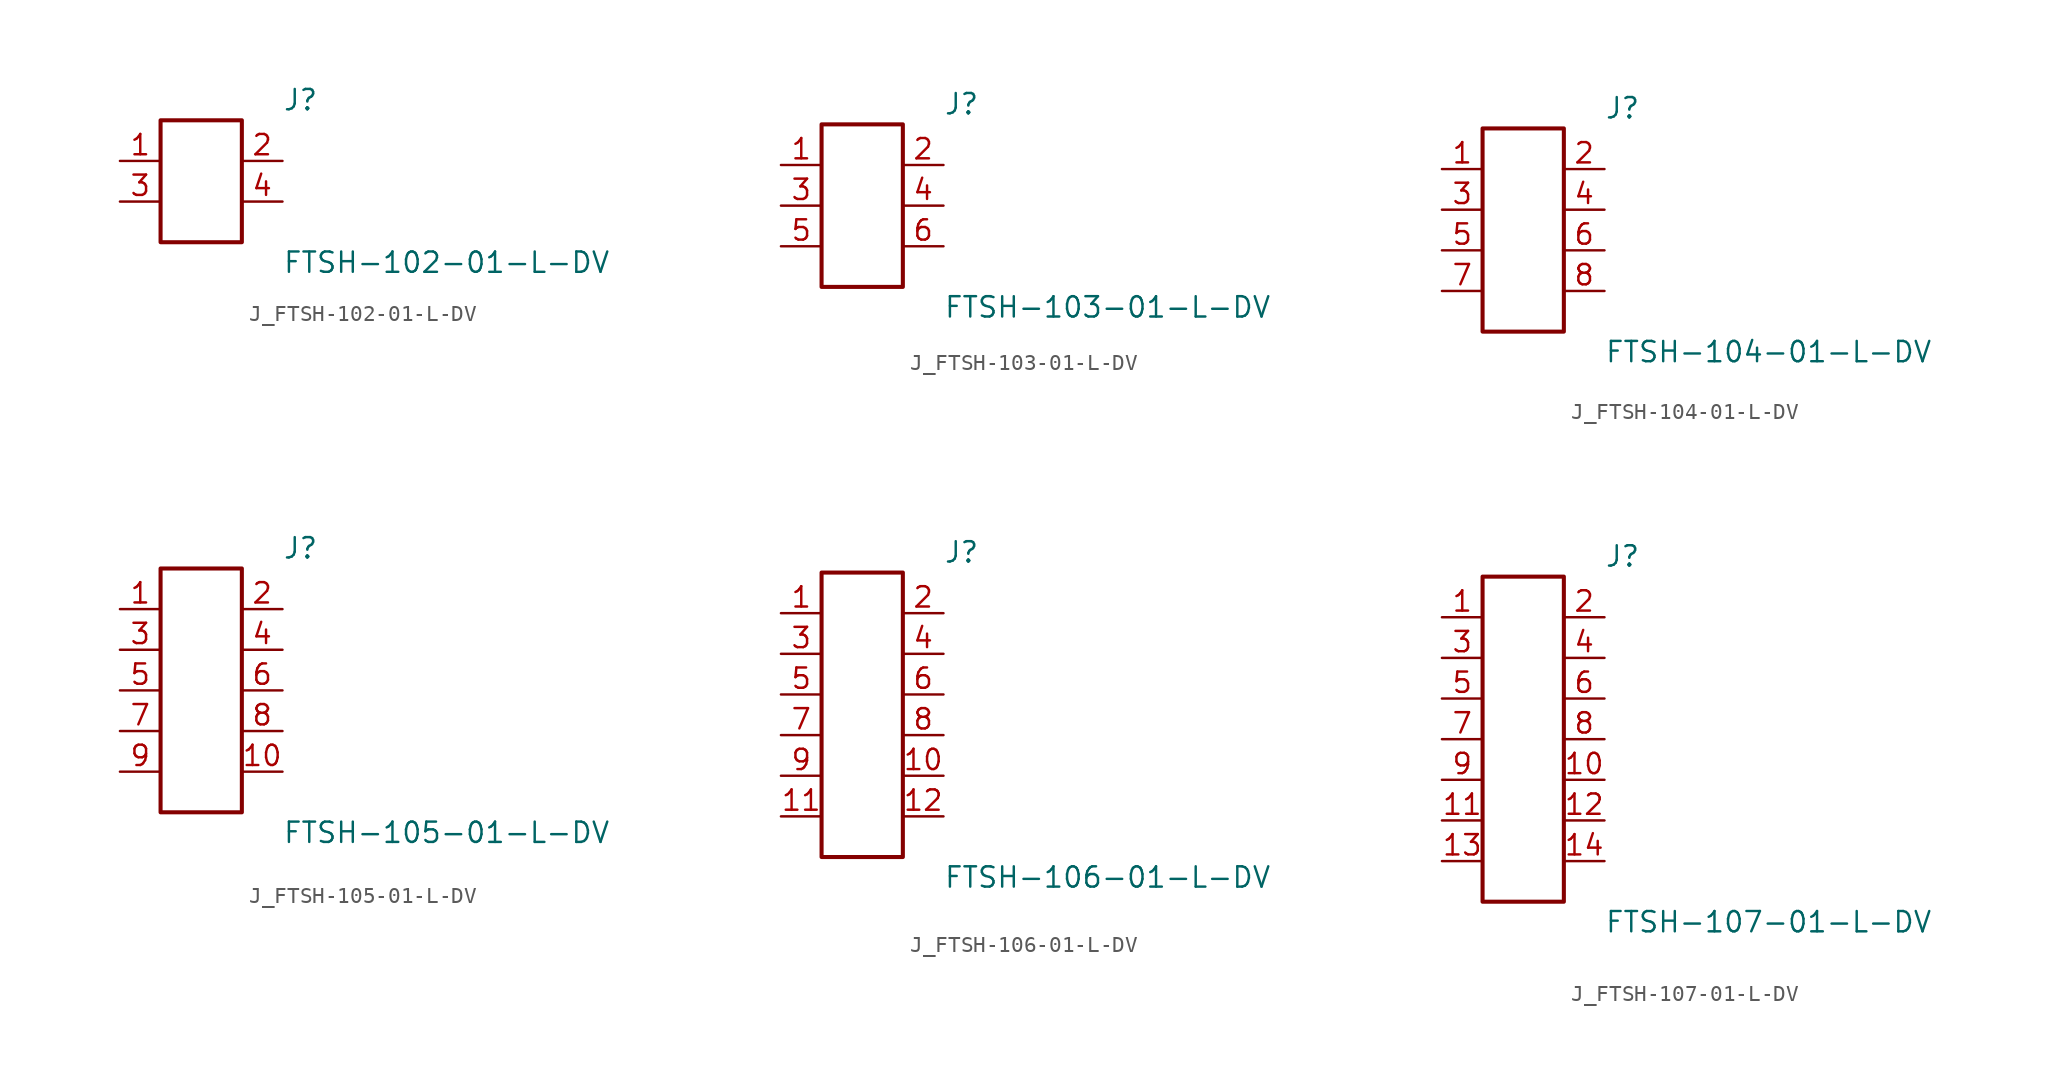
<source format=kicad_sym>
(kicad_symbol_lib
  (version 20231120)
  (generator kicad_symbol_editor)
  (generator_version 8.0)
  (symbol "J_FTSH-102-01-L-DV"
    (pin_names
      (offset 0.254))
    (property "Reference" "J"
      (at 5.08 5.08 0)
      (effects (font (size 1.27 1.27)) (justify left)))
    (property "Value" "FTSH-102-01-L-DV"
      (at 5.08 -5.08 0)
      (effects (font (size 1.27 1.27)) (justify left)))
    (symbol "J_FTSH-102-01-L-DV_0_0"
      (pin passive line (at -5.08 1.27 0) (length 2.54) (name "" (effects (font (size 1.27 1.27)))) (number "1" (effects (font (size 1.27 1.27)))))
      (pin passive line (at 5.08 1.27 180) (length 2.54) (name "" (effects (font (size 1.27 1.27)))) (number "2" (effects (font (size 1.27 1.27)))))
      (pin passive line (at -5.08 -1.27 0) (length 2.54) (name "" (effects (font (size 1.27 1.27)))) (number "3" (effects (font (size 1.27 1.27)))))
      (pin passive line (at 5.08 -1.27 180) (length 2.54) (name "" (effects (font (size 1.27 1.27)))) (number "4" (effects (font (size 1.27 1.27))))))
    (symbol "J_FTSH-102-01-L-DV_1_0"
      (rectangle (start -2.54 3.81) (end 2.54 -3.81) (stroke (width 0.254) (type solid)) (fill (type none)))))
  (symbol "J_FTSH-103-01-L-DV"
    (pin_names
      (offset 0.254))
    (property "Reference" "J"
      (at 5.08 6.35 0)
      (effects (font (size 1.27 1.27)) (justify left)))
    (property "Value" "FTSH-103-01-L-DV"
      (at 5.08 -6.35 0)
      (effects (font (size 1.27 1.27)) (justify left)))
    (symbol "J_FTSH-103-01-L-DV_0_0"
      (pin passive line (at -5.08 2.54 0) (length 2.54) (name "" (effects (font (size 1.27 1.27)))) (number "1" (effects (font (size 1.27 1.27)))))
      (pin passive line (at 5.08 2.54 180) (length 2.54) (name "" (effects (font (size 1.27 1.27)))) (number "2" (effects (font (size 1.27 1.27)))))
      (pin passive line (at -5.08 0.0 0) (length 2.54) (name "" (effects (font (size 1.27 1.27)))) (number "3" (effects (font (size 1.27 1.27)))))
      (pin passive line (at 5.08 0.0 180) (length 2.54) (name "" (effects (font (size 1.27 1.27)))) (number "4" (effects (font (size 1.27 1.27)))))
      (pin passive line (at -5.08 -2.54 0) (length 2.54) (name "" (effects (font (size 1.27 1.27)))) (number "5" (effects (font (size 1.27 1.27)))))
      (pin passive line (at 5.08 -2.54 180) (length 2.54) (name "" (effects (font (size 1.27 1.27)))) (number "6" (effects (font (size 1.27 1.27))))))
    (symbol "J_FTSH-103-01-L-DV_1_0"
      (rectangle (start -2.54 5.08) (end 2.54 -5.08) (stroke (width 0.254) (type solid)) (fill (type none)))))
  (symbol "J_FTSH-104-01-L-DV"
    (pin_names
      (offset 0.254))
    (property "Reference" "J"
      (at 5.08 7.62 0)
      (effects (font (size 1.27 1.27)) (justify left)))
    (property "Value" "FTSH-104-01-L-DV"
      (at 5.08 -7.62 0)
      (effects (font (size 1.27 1.27)) (justify left)))
    (symbol "J_FTSH-104-01-L-DV_0_0"
      (pin passive line (at -5.08 3.81 0) (length 2.54) (name "" (effects (font (size 1.27 1.27)))) (number "1" (effects (font (size 1.27 1.27)))))
      (pin passive line (at 5.08 3.81 180) (length 2.54) (name "" (effects (font (size 1.27 1.27)))) (number "2" (effects (font (size 1.27 1.27)))))
      (pin passive line (at -5.08 1.27 0) (length 2.54) (name "" (effects (font (size 1.27 1.27)))) (number "3" (effects (font (size 1.27 1.27)))))
      (pin passive line (at 5.08 1.27 180) (length 2.54) (name "" (effects (font (size 1.27 1.27)))) (number "4" (effects (font (size 1.27 1.27)))))
      (pin passive line (at -5.08 -1.27 0) (length 2.54) (name "" (effects (font (size 1.27 1.27)))) (number "5" (effects (font (size 1.27 1.27)))))
      (pin passive line (at 5.08 -1.27 180) (length 2.54) (name "" (effects (font (size 1.27 1.27)))) (number "6" (effects (font (size 1.27 1.27)))))
      (pin passive line (at -5.08 -3.81 0) (length 2.54) (name "" (effects (font (size 1.27 1.27)))) (number "7" (effects (font (size 1.27 1.27)))))
      (pin passive line (at 5.08 -3.81 180) (length 2.54) (name "" (effects (font (size 1.27 1.27)))) (number "8" (effects (font (size 1.27 1.27))))))
    (symbol "J_FTSH-104-01-L-DV_1_0"
      (rectangle (start -2.54 6.35) (end 2.54 -6.35) (stroke (width 0.254) (type solid)) (fill (type none)))))
  (symbol "J_FTSH-105-01-L-DV"
    (pin_names
      (offset 0.254))
    (property "Reference" "J"
      (at 5.08 8.89 0)
      (effects (font (size 1.27 1.27)) (justify left)))
    (property "Value" "FTSH-105-01-L-DV"
      (at 5.08 -8.89 0)
      (effects (font (size 1.27 1.27)) (justify left)))
    (symbol "J_FTSH-105-01-L-DV_0_0"
      (pin passive line (at -5.08 5.08 0) (length 2.54) (name "" (effects (font (size 1.27 1.27)))) (number "1" (effects (font (size 1.27 1.27)))))
      (pin passive line (at 5.08 5.08 180) (length 2.54) (name "" (effects (font (size 1.27 1.27)))) (number "2" (effects (font (size 1.27 1.27)))))
      (pin passive line (at -5.08 2.54 0) (length 2.54) (name "" (effects (font (size 1.27 1.27)))) (number "3" (effects (font (size 1.27 1.27)))))
      (pin passive line (at 5.08 2.54 180) (length 2.54) (name "" (effects (font (size 1.27 1.27)))) (number "4" (effects (font (size 1.27 1.27)))))
      (pin passive line (at -5.08 0.0 0) (length 2.54) (name "" (effects (font (size 1.27 1.27)))) (number "5" (effects (font (size 1.27 1.27)))))
      (pin passive line (at 5.08 0.0 180) (length 2.54) (name "" (effects (font (size 1.27 1.27)))) (number "6" (effects (font (size 1.27 1.27)))))
      (pin passive line (at -5.08 -2.54 0) (length 2.54) (name "" (effects (font (size 1.27 1.27)))) (number "7" (effects (font (size 1.27 1.27)))))
      (pin passive line (at 5.08 -2.54 180) (length 2.54) (name "" (effects (font (size 1.27 1.27)))) (number "8" (effects (font (size 1.27 1.27)))))
      (pin passive line (at -5.08 -5.08 0) (length 2.54) (name "" (effects (font (size 1.27 1.27)))) (number "9" (effects (font (size 1.27 1.27)))))
      (pin passive line (at 5.08 -5.08 180) (length 2.54) (name "" (effects (font (size 1.27 1.27)))) (number "10" (effects (font (size 1.27 1.27))))))
    (symbol "J_FTSH-105-01-L-DV_1_0"
      (rectangle (start -2.54 7.62) (end 2.54 -7.62) (stroke (width 0.254) (type solid)) (fill (type none)))))
  (symbol "J_FTSH-106-01-L-DV"
    (pin_names
      (offset 0.254))
    (property "Reference" "J"
      (at 5.08 10.16 0)
      (effects (font (size 1.27 1.27)) (justify left)))
    (property "Value" "FTSH-106-01-L-DV"
      (at 5.08 -10.16 0)
      (effects (font (size 1.27 1.27)) (justify left)))
    (symbol "J_FTSH-106-01-L-DV_0_0"
      (pin passive line (at -5.08 6.35 0) (length 2.54) (name "" (effects (font (size 1.27 1.27)))) (number "1" (effects (font (size 1.27 1.27)))))
      (pin passive line (at 5.08 6.35 180) (length 2.54) (name "" (effects (font (size 1.27 1.27)))) (number "2" (effects (font (size 1.27 1.27)))))
      (pin passive line (at -5.08 3.81 0) (length 2.54) (name "" (effects (font (size 1.27 1.27)))) (number "3" (effects (font (size 1.27 1.27)))))
      (pin passive line (at 5.08 3.81 180) (length 2.54) (name "" (effects (font (size 1.27 1.27)))) (number "4" (effects (font (size 1.27 1.27)))))
      (pin passive line (at -5.08 1.27 0) (length 2.54) (name "" (effects (font (size 1.27 1.27)))) (number "5" (effects (font (size 1.27 1.27)))))
      (pin passive line (at 5.08 1.27 180) (length 2.54) (name "" (effects (font (size 1.27 1.27)))) (number "6" (effects (font (size 1.27 1.27)))))
      (pin passive line (at -5.08 -1.27 0) (length 2.54) (name "" (effects (font (size 1.27 1.27)))) (number "7" (effects (font (size 1.27 1.27)))))
      (pin passive line (at 5.08 -1.27 180) (length 2.54) (name "" (effects (font (size 1.27 1.27)))) (number "8" (effects (font (size 1.27 1.27)))))
      (pin passive line (at -5.08 -3.81 0) (length 2.54) (name "" (effects (font (size 1.27 1.27)))) (number "9" (effects (font (size 1.27 1.27)))))
      (pin passive line (at 5.08 -3.81 180) (length 2.54) (name "" (effects (font (size 1.27 1.27)))) (number "10" (effects (font (size 1.27 1.27)))))
      (pin passive line (at -5.08 -6.35 0) (length 2.54) (name "" (effects (font (size 1.27 1.27)))) (number "11" (effects (font (size 1.27 1.27)))))
      (pin passive line (at 5.08 -6.35 180) (length 2.54) (name "" (effects (font (size 1.27 1.27)))) (number "12" (effects (font (size 1.27 1.27))))))
    (symbol "J_FTSH-106-01-L-DV_1_0"
      (rectangle (start -2.54 8.89) (end 2.54 -8.89) (stroke (width 0.254) (type solid)) (fill (type none)))))
  (symbol "J_FTSH-107-01-L-DV"
    (pin_names
      (offset 0.254))
    (property "Reference" "J"
      (at 5.08 11.43 0)
      (effects (font (size 1.27 1.27)) (justify left)))
    (property "Value" "FTSH-107-01-L-DV"
      (at 5.08 -11.43 0)
      (effects (font (size 1.27 1.27)) (justify left)))
    (symbol "J_FTSH-107-01-L-DV_0_0"
      (pin passive line (at -5.08 7.62 0) (length 2.54) (name "" (effects (font (size 1.27 1.27)))) (number "1" (effects (font (size 1.27 1.27)))))
      (pin passive line (at 5.08 7.62 180) (length 2.54) (name "" (effects (font (size 1.27 1.27)))) (number "2" (effects (font (size 1.27 1.27)))))
      (pin passive line (at -5.08 5.08 0) (length 2.54) (name "" (effects (font (size 1.27 1.27)))) (number "3" (effects (font (size 1.27 1.27)))))
      (pin passive line (at 5.08 5.08 180) (length 2.54) (name "" (effects (font (size 1.27 1.27)))) (number "4" (effects (font (size 1.27 1.27)))))
      (pin passive line (at -5.08 2.54 0) (length 2.54) (name "" (effects (font (size 1.27 1.27)))) (number "5" (effects (font (size 1.27 1.27)))))
      (pin passive line (at 5.08 2.54 180) (length 2.54) (name "" (effects (font (size 1.27 1.27)))) (number "6" (effects (font (size 1.27 1.27)))))
      (pin passive line (at -5.08 0.0 0) (length 2.54) (name "" (effects (font (size 1.27 1.27)))) (number "7" (effects (font (size 1.27 1.27)))))
      (pin passive line (at 5.08 0.0 180) (length 2.54) (name "" (effects (font (size 1.27 1.27)))) (number "8" (effects (font (size 1.27 1.27)))))
      (pin passive line (at -5.08 -2.54 0) (length 2.54) (name "" (effects (font (size 1.27 1.27)))) (number "9" (effects (font (size 1.27 1.27)))))
      (pin passive line (at 5.08 -2.54 180) (length 2.54) (name "" (effects (font (size 1.27 1.27)))) (number "10" (effects (font (size 1.27 1.27)))))
      (pin passive line (at -5.08 -5.08 0) (length 2.54) (name "" (effects (font (size 1.27 1.27)))) (number "11" (effects (font (size 1.27 1.27)))))
      (pin passive line (at 5.08 -5.08 180) (length 2.54) (name "" (effects (font (size 1.27 1.27)))) (number "12" (effects (font (size 1.27 1.27)))))
      (pin passive line (at -5.08 -7.62 0) (length 2.54) (name "" (effects (font (size 1.27 1.27)))) (number "13" (effects (font (size 1.27 1.27)))))
      (pin passive line (at 5.08 -7.62 180) (length 2.54) (name "" (effects (font (size 1.27 1.27)))) (number "14" (effects (font (size 1.27 1.27))))))
    (symbol "J_FTSH-107-01-L-DV_1_0"
      (rectangle (start -2.54 10.16) (end 2.54 -10.16) (stroke (width 0.254) (type solid)) (fill (type none))))))
</source>
